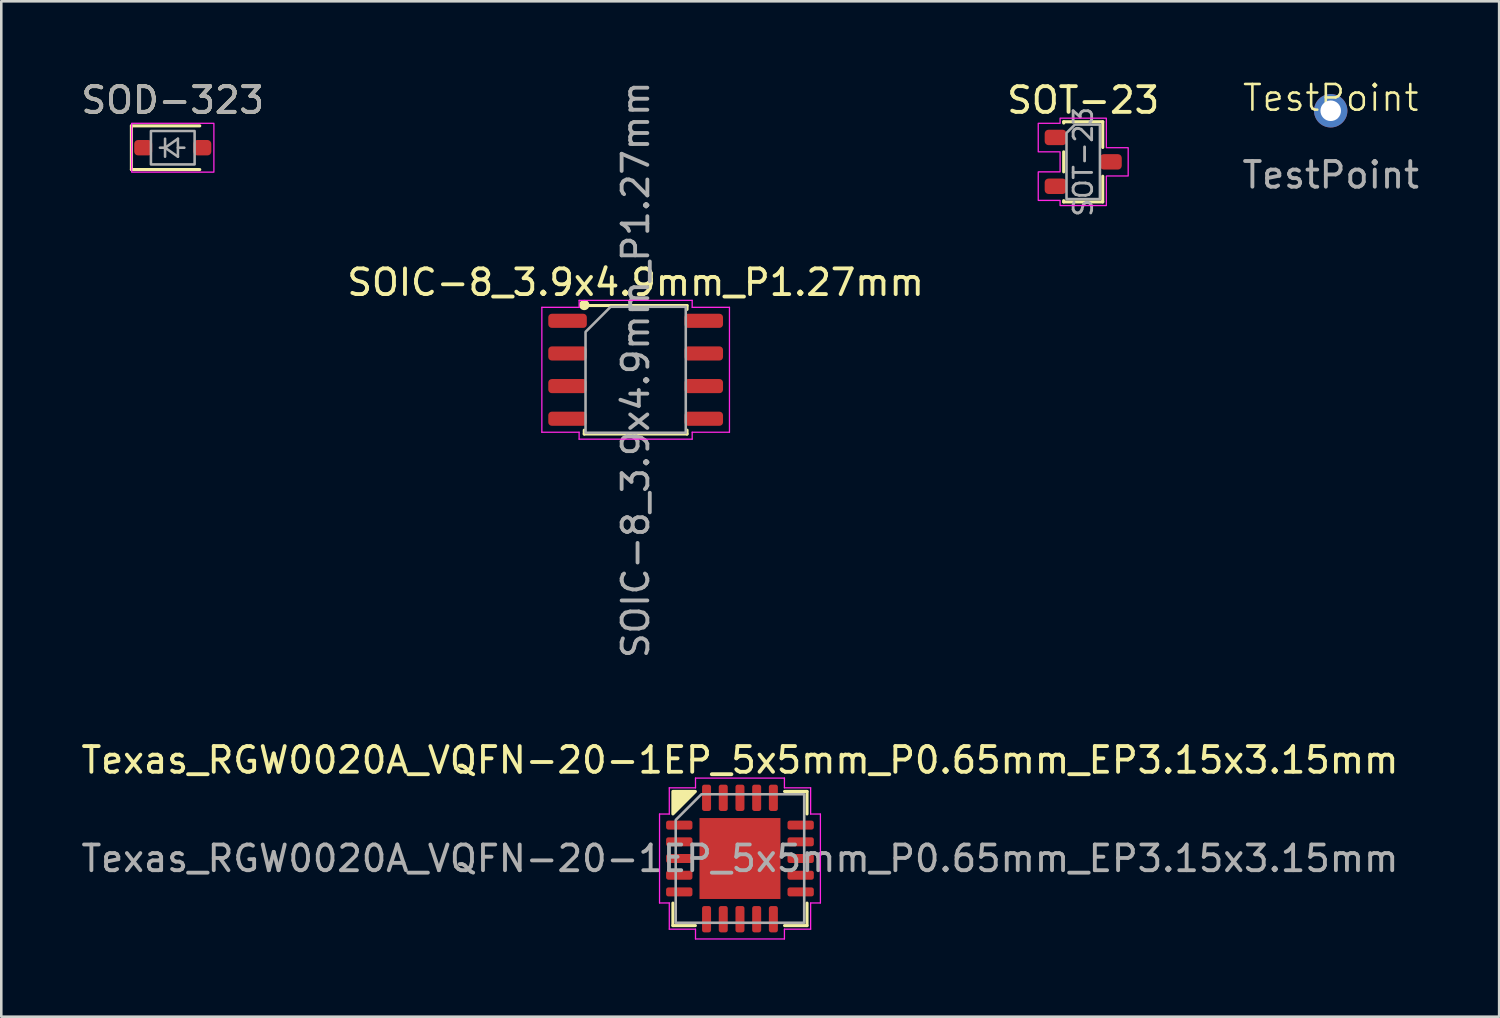
<source format=kicad_pcb>
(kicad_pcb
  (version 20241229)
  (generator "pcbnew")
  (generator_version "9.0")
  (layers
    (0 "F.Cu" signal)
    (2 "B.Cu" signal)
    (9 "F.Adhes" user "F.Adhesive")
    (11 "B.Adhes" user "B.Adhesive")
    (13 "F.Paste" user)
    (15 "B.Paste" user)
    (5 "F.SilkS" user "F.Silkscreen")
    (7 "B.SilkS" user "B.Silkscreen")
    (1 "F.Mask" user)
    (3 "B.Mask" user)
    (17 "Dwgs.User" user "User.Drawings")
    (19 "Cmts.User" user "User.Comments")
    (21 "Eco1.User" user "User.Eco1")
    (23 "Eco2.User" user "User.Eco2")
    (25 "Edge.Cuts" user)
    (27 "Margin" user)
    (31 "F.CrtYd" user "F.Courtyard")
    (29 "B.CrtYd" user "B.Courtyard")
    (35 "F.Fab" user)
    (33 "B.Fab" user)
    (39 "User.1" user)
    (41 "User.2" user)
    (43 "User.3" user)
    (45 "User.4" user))
  (footprint "SOIC-8_3.9x4.9mm_P1.27mm"
    (layer "F.Cu")
    (at 21.685 11.339)
    (property "Reference" "SOIC-8_3.9x4.9mm_P1.27mm" (at 0 -3.4 0) (layer "F.SilkS") (effects (font (size 1 1) (thickness 0.15))))
    (attr smd)
    (fp_line (start -2 -2.5) (end 2 -2.5) (stroke (width 0.12) (type solid)) (layer "F.SilkS"))
    (fp_line (start -2 2.5) (end -2 2.35) (stroke (width 0.12) (type solid)) (layer "F.SilkS"))
    (fp_line (start 2 -2.5) (end 2 -2.35) (stroke (width 0.12) (type solid)) (layer "F.SilkS"))
    (fp_line (start 2 2.35) (end 2 2.5) (stroke (width 0.12) (type solid)) (layer "F.SilkS"))
    (fp_line (start 2 2.5) (end -2 2.5) (stroke (width 0.12) (type solid)) (layer "F.SilkS"))
    (fp_circle (center -2 -2.52) (end -2 -2.32) (stroke (width 0) (type default)) (fill yes) (layer "F.SilkS"))
    (fp_line (start -3.65 -2.43) (end -2.2 -2.43) (stroke (width 0.05) (type solid)) (layer "F.CrtYd"))
    (fp_line (start -3.65 2.43) (end -3.65 -2.43) (stroke (width 0.05) (type solid)) (layer "F.CrtYd"))
    (fp_line (start -2.2 -2.7) (end 2.2 -2.7) (stroke (width 0.05) (type solid)) (layer "F.CrtYd"))
    (fp_line (start -2.2 -2.43) (end -2.2 -2.7) (stroke (width 0.05) (type solid)) (layer "F.CrtYd"))
    (fp_line (start -2.2 2.43) (end -3.65 2.43) (stroke (width 0.05) (type solid)) (layer "F.CrtYd"))
    (fp_line (start -2.2 2.7) (end -2.2 2.43) (stroke (width 0.05) (type solid)) (layer "F.CrtYd"))
    (fp_line (start 2.2 -2.7) (end 2.2 -2.43) (stroke (width 0.05) (type solid)) (layer "F.CrtYd"))
    (fp_line (start 2.2 -2.43) (end 3.65 -2.43) (stroke (width 0.05) (type solid)) (layer "F.CrtYd"))
    (fp_line (start 2.2 2.43) (end 2.2 2.7) (stroke (width 0.05) (type solid)) (layer "F.CrtYd"))
    (fp_line (start 2.2 2.7) (end -2.2 2.7) (stroke (width 0.05) (type solid)) (layer "F.CrtYd"))
    (fp_line (start 3.65 -2.43) (end 3.65 2.43) (stroke (width 0.05) (type solid)) (layer "F.CrtYd"))
    (fp_line (start 3.65 2.43) (end 2.2 2.43) (stroke (width 0.05) (type solid)) (layer "F.CrtYd"))
    (fp_poly (pts (xy -0.975 -2.45) (xy 1.95 -2.45) (xy 1.95 2.45) (xy -1.95 2.45) (xy -1.95 -1.475)) (stroke (width 0.1) (type solid)) (fill no) (layer "F.Fab"))
    (fp_text user "${REFERENCE}" (at 0 0 90) (layer "F.Fab") (effects (font (size 1 1) (thickness 0.15))))
    (pad "1" smd roundrect (at -2.65 -1.905) (size 1.5 0.55) (layers "F.Cu" "F.Mask" "F.Paste") (roundrect_rratio 0.25))
    (pad "2" smd roundrect (at -2.65 -0.635) (size 1.5 0.55) (layers "F.Cu" "F.Mask" "F.Paste") (roundrect_rratio 0.25))
    (pad "3" smd roundrect (at -2.65 0.635) (size 1.5 0.55) (layers "F.Cu" "F.Mask" "F.Paste") (roundrect_rratio 0.25))
    (pad "4" smd roundrect (at -2.65 1.905) (size 1.5 0.55) (layers "F.Cu" "F.Mask" "F.Paste") (roundrect_rratio 0.25))
    (pad "5" smd roundrect (at 2.65 1.905) (size 1.5 0.55) (layers "F.Cu" "F.Mask" "F.Paste") (roundrect_rratio 0.25))
    (pad "6" smd roundrect (at 2.65 0.635) (size 1.5 0.55) (layers "F.Cu" "F.Mask" "F.Paste") (roundrect_rratio 0.25))
    (pad "7" smd roundrect (at 2.65 -0.635) (size 1.5 0.55) (layers "F.Cu" "F.Mask" "F.Paste") (roundrect_rratio 0.25))
    (pad "8" smd roundrect (at 2.65 -1.905) (size 1.5 0.55) (layers "F.Cu" "F.Mask" "F.Paste") (roundrect_rratio 0.25)))
  (footprint "TestPoint"
    (layer "F.Cu")
    (at 48.732 1.26)
    (property "Reference" "TestPoint" (at 0 -0.5 0) (unlocked yes) (layer "F.SilkS") (effects (font (size 1 1) (thickness 0.1))))
    (attr smd)
    (fp_text user "${REFERENCE}" (at 0 2.5 0) (unlocked yes) (layer "F.Fab") (effects (font (size 1 1) (thickness 0.15))))
    (pad "1" thru_hole circle (at 0 0) (size 1.3 1.3) (drill 0.8) (layers "*.Cu" "*.Paste" "*.Mask")))
  (footprint "Texas_RGW0020A_VQFN-20-1EP_5x5mm_P0.65mm_EP3.15x3.15mm"
    (layer "F.Cu")
    (at 25.744 30.357)
    (property "Reference" "Texas_RGW0020A_VQFN-20-1EP_5x5mm_P0.65mm_EP3.15x3.15mm" (at 0 -3.83 0) (layer "F.SilkS") (effects (font (size 1 1) (thickness 0.15))))
    (attr smd)
    (fp_line (start -2.61 2.61) (end -2.61 1.735) (stroke (width 0.12) (type solid)) (layer "F.SilkS"))
    (fp_line (start -1.735 2.61) (end -2.61 2.61) (stroke (width 0.12) (type solid)) (layer "F.SilkS"))
    (fp_line (start 1.735 -2.61) (end 2.61 -2.61) (stroke (width 0.12) (type solid)) (layer "F.SilkS"))
    (fp_line (start 2.61 -2.61) (end 2.61 -1.735) (stroke (width 0.12) (type solid)) (layer "F.SilkS"))
    (fp_line (start 2.61 1.735) (end 2.61 2.61) (stroke (width 0.12) (type solid)) (layer "F.SilkS"))
    (fp_line (start 2.61 2.61) (end 1.735 2.61) (stroke (width 0.12) (type solid)) (layer "F.SilkS"))
    (fp_poly (pts (xy -2.61 -1.735) (xy -2.61 -2.61) (xy -1.735 -2.61)) (stroke (width 0.12) (type solid)) (fill yes) (layer "F.SilkS"))
    (fp_line (start -3.13 -1.73) (end -2.75 -1.73) (stroke (width 0.05) (type solid)) (layer "F.CrtYd"))
    (fp_line (start -3.13 1.73) (end -3.13 -1.73) (stroke (width 0.05) (type solid)) (layer "F.CrtYd"))
    (fp_line (start -2.75 -2.75) (end -1.73 -2.75) (stroke (width 0.05) (type solid)) (layer "F.CrtYd"))
    (fp_line (start -2.75 -1.73) (end -2.75 -2.75) (stroke (width 0.05) (type solid)) (layer "F.CrtYd"))
    (fp_line (start -2.75 1.73) (end -3.13 1.73) (stroke (width 0.05) (type solid)) (layer "F.CrtYd"))
    (fp_line (start -2.75 2.75) (end -2.75 1.73) (stroke (width 0.05) (type solid)) (layer "F.CrtYd"))
    (fp_line (start -1.73 -3.13) (end 1.73 -3.13) (stroke (width 0.05) (type solid)) (layer "F.CrtYd"))
    (fp_line (start -1.73 -2.75) (end -1.73 -3.13) (stroke (width 0.05) (type solid)) (layer "F.CrtYd"))
    (fp_line (start -1.73 2.75) (end -2.75 2.75) (stroke (width 0.05) (type solid)) (layer "F.CrtYd"))
    (fp_line (start -1.73 3.13) (end -1.73 2.75) (stroke (width 0.05) (type solid)) (layer "F.CrtYd"))
    (fp_line (start 1.73 -3.13) (end 1.73 -2.75) (stroke (width 0.05) (type solid)) (layer "F.CrtYd"))
    (fp_line (start 1.73 -2.75) (end 2.75 -2.75) (stroke (width 0.05) (type solid)) (layer "F.CrtYd"))
    (fp_line (start 1.73 2.75) (end 1.73 3.13) (stroke (width 0.05) (type solid)) (layer "F.CrtYd"))
    (fp_line (start 1.73 3.13) (end -1.73 3.13) (stroke (width 0.05) (type solid)) (layer "F.CrtYd"))
    (fp_line (start 2.75 -2.75) (end 2.75 -1.73) (stroke (width 0.05) (type solid)) (layer "F.CrtYd"))
    (fp_line (start 2.75 -1.73) (end 3.13 -1.73) (stroke (width 0.05) (type solid)) (layer "F.CrtYd"))
    (fp_line (start 2.75 1.73) (end 2.75 2.75) (stroke (width 0.05) (type solid)) (layer "F.CrtYd"))
    (fp_line (start 2.75 2.75) (end 1.73 2.75) (stroke (width 0.05) (type solid)) (layer "F.CrtYd"))
    (fp_line (start 3.13 -1.73) (end 3.13 1.73) (stroke (width 0.05) (type solid)) (layer "F.CrtYd"))
    (fp_line (start 3.13 1.73) (end 2.75 1.73) (stroke (width 0.05) (type solid)) (layer "F.CrtYd"))
    (fp_poly (pts (xy -1.5 -2.5) (xy 2.5 -2.5) (xy 2.5 2.5) (xy -2.5 2.5) (xy -2.5 -1.5)) (stroke (width 0.1) (type solid)) (fill no) (layer "F.Fab"))
    (fp_text user "${REFERENCE}" (at 0 0 0) (layer "F.Fab") (effects (font (size 1 1) (thickness 0.15))))
    (pad "" smd roundrect (at -0.79 -0.79) (size 1.27 1.27) (layers "F.Paste") (roundrect_rratio 0.197))
    (pad "" smd roundrect (at -0.79 0.79) (size 1.27 1.27) (layers "F.Paste") (roundrect_rratio 0.197))
    (pad "" smd roundrect (at 0.79 -0.79) (size 1.27 1.27) (layers "F.Paste") (roundrect_rratio 0.197))
    (pad "" smd roundrect (at 0.79 0.79) (size 1.27 1.27) (layers "F.Paste") (roundrect_rratio 0.197))
    (pad "1" smd roundrect (at -2.362 -1.3) (size 1.025 0.35) (layers "F.Cu" "F.Mask" "F.Paste") (roundrect_rratio 0.25))
    (pad "2" smd roundrect (at -2.362 -0.65) (size 1.025 0.35) (layers "F.Cu" "F.Mask" "F.Paste") (roundrect_rratio 0.25))
    (pad "3" smd roundrect (at -2.362 0) (size 1.025 0.35) (layers "F.Cu" "F.Mask" "F.Paste") (roundrect_rratio 0.25))
    (pad "4" smd roundrect (at -2.362 0.65) (size 1.025 0.35) (layers "F.Cu" "F.Mask" "F.Paste") (roundrect_rratio 0.25))
    (pad "5" smd roundrect (at -2.362 1.3) (size 1.025 0.35) (layers "F.Cu" "F.Mask" "F.Paste") (roundrect_rratio 0.25))
    (pad "6" smd roundrect (at -1.3 2.362) (size 0.35 1.025) (layers "F.Cu" "F.Mask" "F.Paste") (roundrect_rratio 0.25))
    (pad "7" smd roundrect (at -0.65 2.362) (size 0.35 1.025) (layers "F.Cu" "F.Mask" "F.Paste") (roundrect_rratio 0.25))
    (pad "8" smd roundrect (at 0 2.362) (size 0.35 1.025) (layers "F.Cu" "F.Mask" "F.Paste") (roundrect_rratio 0.25))
    (pad "9" smd roundrect (at 0.65 2.362) (size 0.35 1.025) (layers "F.Cu" "F.Mask" "F.Paste") (roundrect_rratio 0.25))
    (pad "10" smd roundrect (at 1.3 2.362) (size 0.35 1.025) (layers "F.Cu" "F.Mask" "F.Paste") (roundrect_rratio 0.25))
    (pad "11" smd roundrect (at 2.362 1.3) (size 1.025 0.35) (layers "F.Cu" "F.Mask" "F.Paste") (roundrect_rratio 0.25))
    (pad "12" smd roundrect (at 2.362 0.65) (size 1.025 0.35) (layers "F.Cu" "F.Mask" "F.Paste") (roundrect_rratio 0.25))
    (pad "13" smd roundrect (at 2.362 0) (size 1.025 0.35) (layers "F.Cu" "F.Mask" "F.Paste") (roundrect_rratio 0.25))
    (pad "14" smd roundrect (at 2.362 -0.65) (size 1.025 0.35) (layers "F.Cu" "F.Mask" "F.Paste") (roundrect_rratio 0.25))
    (pad "15" smd roundrect (at 2.362 -1.3) (size 1.025 0.35) (layers "F.Cu" "F.Mask" "F.Paste") (roundrect_rratio 0.25))
    (pad "16" smd roundrect (at 1.3 -2.362) (size 0.35 1.025) (layers "F.Cu" "F.Mask" "F.Paste") (roundrect_rratio 0.25))
    (pad "17" smd roundrect (at 0.65 -2.362) (size 0.35 1.025) (layers "F.Cu" "F.Mask" "F.Paste") (roundrect_rratio 0.25))
    (pad "18" smd roundrect (at 0 -2.362) (size 0.35 1.025) (layers "F.Cu" "F.Mask" "F.Paste") (roundrect_rratio 0.25))
    (pad "19" smd roundrect (at -0.65 -2.362) (size 0.35 1.025) (layers "F.Cu" "F.Mask" "F.Paste") (roundrect_rratio 0.25))
    (pad "20" smd roundrect (at -1.3 -2.362) (size 0.35 1.025) (layers "F.Cu" "F.Mask" "F.Paste") (roundrect_rratio 0.25))
    (pad "21" smd rect (at 0 0) (size 3.15 3.15) (property pad_prop_heatsink) (layers "F.Cu" "F.Mask")))
  (footprint "SOD-323"
    (layer "F.Cu")
    (at 3.673 2.698)
    (property "Reference" "SOD-323" (at 0 -1.85 0) (layer "F.SilkS") (effects (font (size 1 1) (thickness 0.15))))
    (attr smd)
    (fp_line (start -1.61 -0.85) (end -1.61 0.85) (stroke (width 0.12) (type solid)) (layer "F.SilkS"))
    (fp_line (start -1.61 -0.85) (end 1.05 -0.85) (stroke (width 0.12) (type solid)) (layer "F.SilkS"))
    (fp_line (start -1.61 0.85) (end 1.05 0.85) (stroke (width 0.12) (type solid)) (layer "F.SilkS"))
    (fp_rect (start -1.6 -0.95) (end 1.6 0.95) (stroke (width 0.05) (type solid)) (fill no) (layer "F.CrtYd"))
    (fp_line (start -0.3 -0.35) (end -0.3 0.35) (stroke (width 0.1) (type solid)) (layer "F.Fab"))
    (fp_line (start -0.3 0) (end -0.5 0) (stroke (width 0.1) (type solid)) (layer "F.Fab"))
    (fp_line (start -0.3 0) (end 0.2 -0.35) (stroke (width 0.1) (type solid)) (layer "F.Fab"))
    (fp_line (start 0.2 -0.35) (end 0.2 0.35) (stroke (width 0.1) (type solid)) (layer "F.Fab"))
    (fp_line (start 0.2 0) (end 0.45 0) (stroke (width 0.1) (type solid)) (layer "F.Fab"))
    (fp_line (start 0.2 0.35) (end -0.3 0) (stroke (width 0.1) (type solid)) (layer "F.Fab"))
    (fp_rect (start -0.85 -0.65) (end 0.85 0.65) (stroke (width 0.1) (type solid)) (fill no) (layer "F.Fab"))
    (fp_text user "${REFERENCE}" (at 0 -1.85 0) (layer "F.Fab") (effects (font (size 1 1) (thickness 0.15))))
    (pad "1" smd roundrect (at -1.15 0) (size 0.7 0.6) (layers "F.Cu" "F.Mask" "F.Paste") (roundrect_rratio 0.25))
    (pad "2" smd roundrect (at 1.15 0) (size 0.7 0.6) (layers "F.Cu" "F.Mask" "F.Paste") (roundrect_rratio 0.25)))
  (footprint "SOT-23"
    (layer "F.Cu")
    (at 39.101 3.248)
    (property "Reference" "SOT-23" (at 0 -2.4 0) (layer "F.SilkS") (effects (font (size 1 1) (thickness 0.15))))
    (attr smd)
    (fp_line (start -0.76 -1.56) (end 0.76 -1.56) (stroke (width 0.12) (type solid)) (layer "F.SilkS"))
    (fp_line (start -0.76 -1.51) (end -0.76 -1.56) (stroke (width 0.12) (type solid)) (layer "F.SilkS"))
    (fp_line (start -0.76 0.39) (end -0.76 -0.39) (stroke (width 0.12) (type solid)) (layer "F.SilkS"))
    (fp_line (start -0.76 1.56) (end -0.76 1.51) (stroke (width 0.12) (type solid)) (layer "F.SilkS"))
    (fp_line (start 0.76 -1.56) (end 0.76 -0.56) (stroke (width 0.12) (type solid)) (layer "F.SilkS"))
    (fp_line (start 0.76 0.56) (end 0.76 1.56) (stroke (width 0.12) (type solid)) (layer "F.SilkS"))
    (fp_line (start 0.76 1.56) (end -0.76 1.56) (stroke (width 0.12) (type solid)) (layer "F.SilkS"))
    (fp_poly (pts (xy -1.75 -1.5) (xy -0.9 -1.5) (xy -0.9 -1.7) (xy 0.9 -1.7) (xy 0.9 -0.55) (xy 1.75 -0.55) (xy 1.75 0.55) (xy 0.9 0.55) (xy 0.9 1.7) (xy -0.9 1.7) (xy -0.9 1.5) (xy -1.75 1.5) (xy -1.75 0.39) (xy -0.9 0.39) (xy -0.9 -0.39) (xy -1.75 -0.39)) (stroke (width 0.05) (type solid)) (fill no) (layer "F.CrtYd"))
    (fp_poly (pts (xy -0.325 -1.45) (xy 0.65 -1.45) (xy 0.65 1.45) (xy -0.65 1.45) (xy -0.65 -1.125)) (stroke (width 0.1) (type solid)) (fill no) (layer "F.Fab"))
    (fp_text user "${REFERENCE}" (at 0 0 90) (layer "F.Fab") (effects (font (size 0.72 0.72) (thickness 0.11))))
    (pad "1" smd roundrect (at -1.075 -0.95) (size 0.85 0.6) (layers "F.Cu" "F.Mask" "F.Paste") (roundrect_rratio 0.25))
    (pad "2" smd roundrect (at -1.075 0.95) (size 0.85 0.6) (layers "F.Cu" "F.Mask" "F.Paste") (roundrect_rratio 0.25))
    (pad "3" smd roundrect (at 1.075 0) (size 0.85 0.6) (layers "F.Cu" "F.Mask" "F.Paste") (roundrect_rratio 0.25)))
  (gr_rect
    (start -3 -3)
    (end 55.286 36.512)
    (stroke (width 0.1) (type default))
    (fill no)
    (layer "Edge.Cuts")))
</source>
